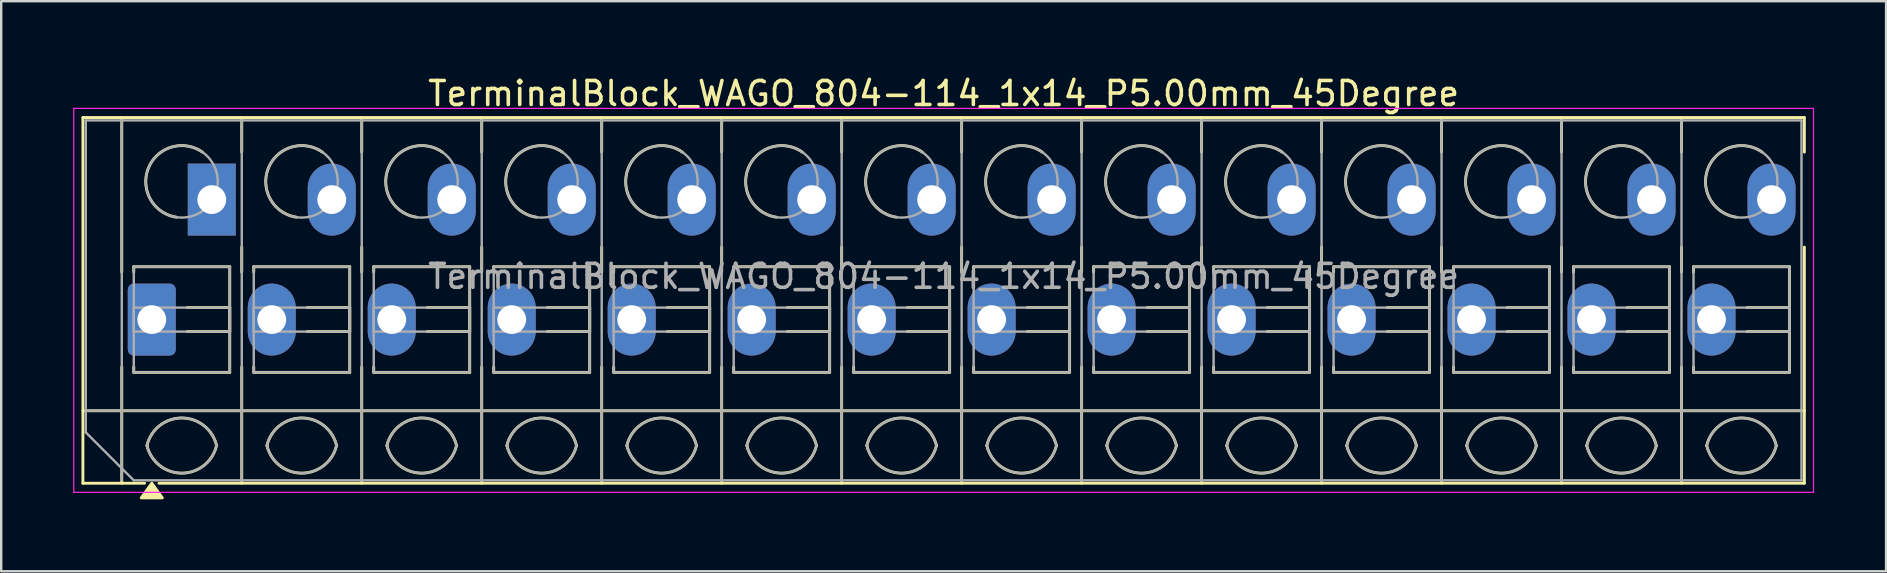
<source format=kicad_pcb>
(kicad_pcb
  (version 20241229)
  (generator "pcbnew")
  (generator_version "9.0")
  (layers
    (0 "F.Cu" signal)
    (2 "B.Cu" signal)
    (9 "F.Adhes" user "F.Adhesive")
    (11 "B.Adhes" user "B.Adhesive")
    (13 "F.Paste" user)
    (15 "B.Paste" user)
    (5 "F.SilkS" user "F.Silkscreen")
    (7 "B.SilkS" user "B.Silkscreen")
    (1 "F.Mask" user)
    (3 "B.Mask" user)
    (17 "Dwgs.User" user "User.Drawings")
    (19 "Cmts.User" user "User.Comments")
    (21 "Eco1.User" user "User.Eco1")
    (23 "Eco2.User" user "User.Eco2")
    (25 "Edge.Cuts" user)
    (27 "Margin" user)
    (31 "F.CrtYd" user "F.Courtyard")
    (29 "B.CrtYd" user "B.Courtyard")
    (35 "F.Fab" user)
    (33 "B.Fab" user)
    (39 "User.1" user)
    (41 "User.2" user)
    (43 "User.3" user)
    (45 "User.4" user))
  (footprint "TerminalBlock_WAGO_804-114_1x14_P5.00mm_45Degree"
    (layer "F.Cu")
    (at 3.275 10.268)
    (property "Reference" "TerminalBlock_WAGO_804-114_1x14_P5.00mm_45Degree" (at 33 -9.42 0) (layer "F.SilkS") (effects (font (size 1 1) (thickness 0.15))))
    (attr through_hole)
    (fp_line (start -2.87 -8.42) (end -2.87 6.82) (stroke (width 0.12) (type solid)) (layer "F.SilkS"))
    (fp_line (start -2.87 -8.42) (end 68.87 -8.42) (stroke (width 0.12) (type solid)) (layer "F.SilkS"))
    (fp_line (start -2.87 3.8) (end 68.87 3.8) (stroke (width 0.12) (type solid)) (layer "F.SilkS"))
    (fp_line (start -2.87 6.82) (end -0.3 6.82) (stroke (width 0.12) (type solid)) (layer "F.SilkS"))
    (fp_line (start -1.25 -8.42) (end -1.25 -1.98) (stroke (width 0.12) (type solid)) (layer "F.SilkS"))
    (fp_line (start -1.25 1.98) (end -1.25 6.82) (stroke (width 0.12) (type solid)) (layer "F.SilkS"))
    (fp_line (start -0.75 -2.2) (end -0.75 -1.98) (stroke (width 0.12) (type solid)) (layer "F.SilkS"))
    (fp_line (start -0.75 -2.2) (end 3.25 -2.2) (stroke (width 0.12) (type solid)) (layer "F.SilkS"))
    (fp_line (start -0.75 1.98) (end -0.75 2.2) (stroke (width 0.12) (type solid)) (layer "F.SilkS"))
    (fp_line (start -0.75 2.2) (end 3.25 2.2) (stroke (width 0.12) (type solid)) (layer "F.SilkS"))
    (fp_line (start 0.3 6.82) (end 68.87 6.82) (stroke (width 0.12) (type solid)) (layer "F.SilkS"))
    (fp_line (start 1.48 -0.5) (end 3.25 -0.5) (stroke (width 0.12) (type solid)) (layer "F.SilkS"))
    (fp_line (start 1.48 0.5) (end 3.25 0.5) (stroke (width 0.12) (type solid)) (layer "F.SilkS"))
    (fp_line (start 3.25 -2.2) (end 3.25 2.2) (stroke (width 0.12) (type solid)) (layer "F.SilkS"))
    (fp_line (start 3.25 -0.5) (end 3.25 0.5) (stroke (width 0.12) (type solid)) (layer "F.SilkS"))
    (fp_line (start 3.75 -8.42) (end 3.75 -6.98) (stroke (width 0.12) (type solid)) (layer "F.SilkS"))
    (fp_line (start 3.75 -3.02) (end 3.75 -1.98) (stroke (width 0.12) (type solid)) (layer "F.SilkS"))
    (fp_line (start 3.75 1.98) (end 3.75 6.82) (stroke (width 0.12) (type solid)) (layer "F.SilkS"))
    (fp_line (start 4.25 -2.2) (end 4.25 -1.98) (stroke (width 0.12) (type solid)) (layer "F.SilkS"))
    (fp_line (start 4.25 -2.2) (end 8.25 -2.2) (stroke (width 0.12) (type solid)) (layer "F.SilkS"))
    (fp_line (start 4.25 1.98) (end 4.25 2.2) (stroke (width 0.12) (type solid)) (layer "F.SilkS"))
    (fp_line (start 4.25 2.2) (end 8.25 2.2) (stroke (width 0.12) (type solid)) (layer "F.SilkS"))
    (fp_line (start 6.48 -0.5) (end 8.25 -0.5) (stroke (width 0.12) (type solid)) (layer "F.SilkS"))
    (fp_line (start 6.48 0.5) (end 8.25 0.5) (stroke (width 0.12) (type solid)) (layer "F.SilkS"))
    (fp_line (start 8.25 -2.2) (end 8.25 2.2) (stroke (width 0.12) (type solid)) (layer "F.SilkS"))
    (fp_line (start 8.25 -0.5) (end 8.25 0.5) (stroke (width 0.12) (type solid)) (layer "F.SilkS"))
    (fp_line (start 8.75 -8.42) (end 8.75 -6.98) (stroke (width 0.12) (type solid)) (layer "F.SilkS"))
    (fp_line (start 8.75 -3.02) (end 8.75 -1.98) (stroke (width 0.12) (type solid)) (layer "F.SilkS"))
    (fp_line (start 8.75 1.98) (end 8.75 6.82) (stroke (width 0.12) (type solid)) (layer "F.SilkS"))
    (fp_line (start 9.25 -2.2) (end 9.25 -1.98) (stroke (width 0.12) (type solid)) (layer "F.SilkS"))
    (fp_line (start 9.25 -2.2) (end 13.25 -2.2) (stroke (width 0.12) (type solid)) (layer "F.SilkS"))
    (fp_line (start 9.25 1.98) (end 9.25 2.2) (stroke (width 0.12) (type solid)) (layer "F.SilkS"))
    (fp_line (start 9.25 2.2) (end 13.25 2.2) (stroke (width 0.12) (type solid)) (layer "F.SilkS"))
    (fp_line (start 11.48 -0.5) (end 13.25 -0.5) (stroke (width 0.12) (type solid)) (layer "F.SilkS"))
    (fp_line (start 11.48 0.5) (end 13.25 0.5) (stroke (width 0.12) (type solid)) (layer "F.SilkS"))
    (fp_line (start 13.25 -2.2) (end 13.25 2.2) (stroke (width 0.12) (type solid)) (layer "F.SilkS"))
    (fp_line (start 13.25 -0.5) (end 13.25 0.5) (stroke (width 0.12) (type solid)) (layer "F.SilkS"))
    (fp_line (start 13.75 -8.42) (end 13.75 -6.98) (stroke (width 0.12) (type solid)) (layer "F.SilkS"))
    (fp_line (start 13.75 -3.02) (end 13.75 -1.98) (stroke (width 0.12) (type solid)) (layer "F.SilkS"))
    (fp_line (start 13.75 1.98) (end 13.75 6.82) (stroke (width 0.12) (type solid)) (layer "F.SilkS"))
    (fp_line (start 14.25 -2.2) (end 14.25 -1.98) (stroke (width 0.12) (type solid)) (layer "F.SilkS"))
    (fp_line (start 14.25 -2.2) (end 18.25 -2.2) (stroke (width 0.12) (type solid)) (layer "F.SilkS"))
    (fp_line (start 14.25 1.98) (end 14.25 2.2) (stroke (width 0.12) (type solid)) (layer "F.SilkS"))
    (fp_line (start 14.25 2.2) (end 18.25 2.2) (stroke (width 0.12) (type solid)) (layer "F.SilkS"))
    (fp_line (start 16.48 -0.5) (end 18.25 -0.5) (stroke (width 0.12) (type solid)) (layer "F.SilkS"))
    (fp_line (start 16.48 0.5) (end 18.25 0.5) (stroke (width 0.12) (type solid)) (layer "F.SilkS"))
    (fp_line (start 18.25 -2.2) (end 18.25 2.2) (stroke (width 0.12) (type solid)) (layer "F.SilkS"))
    (fp_line (start 18.25 -0.5) (end 18.25 0.5) (stroke (width 0.12) (type solid)) (layer "F.SilkS"))
    (fp_line (start 18.75 -8.42) (end 18.75 -6.98) (stroke (width 0.12) (type solid)) (layer "F.SilkS"))
    (fp_line (start 18.75 -3.02) (end 18.75 -1.98) (stroke (width 0.12) (type solid)) (layer "F.SilkS"))
    (fp_line (start 18.75 1.98) (end 18.75 6.82) (stroke (width 0.12) (type solid)) (layer "F.SilkS"))
    (fp_line (start 19.25 -2.2) (end 19.25 -1.98) (stroke (width 0.12) (type solid)) (layer "F.SilkS"))
    (fp_line (start 19.25 -2.2) (end 23.25 -2.2) (stroke (width 0.12) (type solid)) (layer "F.SilkS"))
    (fp_line (start 19.25 1.98) (end 19.25 2.2) (stroke (width 0.12) (type solid)) (layer "F.SilkS"))
    (fp_line (start 19.25 2.2) (end 23.25 2.2) (stroke (width 0.12) (type solid)) (layer "F.SilkS"))
    (fp_line (start 21.48 -0.5) (end 23.25 -0.5) (stroke (width 0.12) (type solid)) (layer "F.SilkS"))
    (fp_line (start 21.48 0.5) (end 23.25 0.5) (stroke (width 0.12) (type solid)) (layer "F.SilkS"))
    (fp_line (start 23.25 -2.2) (end 23.25 2.2) (stroke (width 0.12) (type solid)) (layer "F.SilkS"))
    (fp_line (start 23.25 -0.5) (end 23.25 0.5) (stroke (width 0.12) (type solid)) (layer "F.SilkS"))
    (fp_line (start 23.75 -8.42) (end 23.75 -6.98) (stroke (width 0.12) (type solid)) (layer "F.SilkS"))
    (fp_line (start 23.75 -3.02) (end 23.75 -1.98) (stroke (width 0.12) (type solid)) (layer "F.SilkS"))
    (fp_line (start 23.75 1.98) (end 23.75 6.82) (stroke (width 0.12) (type solid)) (layer "F.SilkS"))
    (fp_line (start 24.25 -2.2) (end 24.25 -1.98) (stroke (width 0.12) (type solid)) (layer "F.SilkS"))
    (fp_line (start 24.25 -2.2) (end 28.25 -2.2) (stroke (width 0.12) (type solid)) (layer "F.SilkS"))
    (fp_line (start 24.25 1.98) (end 24.25 2.2) (stroke (width 0.12) (type solid)) (layer "F.SilkS"))
    (fp_line (start 24.25 2.2) (end 28.25 2.2) (stroke (width 0.12) (type solid)) (layer "F.SilkS"))
    (fp_line (start 26.48 -0.5) (end 28.25 -0.5) (stroke (width 0.12) (type solid)) (layer "F.SilkS"))
    (fp_line (start 26.48 0.5) (end 28.25 0.5) (stroke (width 0.12) (type solid)) (layer "F.SilkS"))
    (fp_line (start 28.25 -2.2) (end 28.25 2.2) (stroke (width 0.12) (type solid)) (layer "F.SilkS"))
    (fp_line (start 28.25 -0.5) (end 28.25 0.5) (stroke (width 0.12) (type solid)) (layer "F.SilkS"))
    (fp_line (start 28.75 -8.42) (end 28.75 -6.98) (stroke (width 0.12) (type solid)) (layer "F.SilkS"))
    (fp_line (start 28.75 -3.02) (end 28.75 -1.98) (stroke (width 0.12) (type solid)) (layer "F.SilkS"))
    (fp_line (start 28.75 1.98) (end 28.75 6.82) (stroke (width 0.12) (type solid)) (layer "F.SilkS"))
    (fp_line (start 29.25 -2.2) (end 29.25 -1.98) (stroke (width 0.12) (type solid)) (layer "F.SilkS"))
    (fp_line (start 29.25 -2.2) (end 33.25 -2.2) (stroke (width 0.12) (type solid)) (layer "F.SilkS"))
    (fp_line (start 29.25 1.98) (end 29.25 2.2) (stroke (width 0.12) (type solid)) (layer "F.SilkS"))
    (fp_line (start 29.25 2.2) (end 33.25 2.2) (stroke (width 0.12) (type solid)) (layer "F.SilkS"))
    (fp_line (start 31.48 -0.5) (end 33.25 -0.5) (stroke (width 0.12) (type solid)) (layer "F.SilkS"))
    (fp_line (start 31.48 0.5) (end 33.25 0.5) (stroke (width 0.12) (type solid)) (layer "F.SilkS"))
    (fp_line (start 33.25 -2.2) (end 33.25 2.2) (stroke (width 0.12) (type solid)) (layer "F.SilkS"))
    (fp_line (start 33.25 -0.5) (end 33.25 0.5) (stroke (width 0.12) (type solid)) (layer "F.SilkS"))
    (fp_line (start 33.75 -8.42) (end 33.75 -6.98) (stroke (width 0.12) (type solid)) (layer "F.SilkS"))
    (fp_line (start 33.75 -3.02) (end 33.75 -1.98) (stroke (width 0.12) (type solid)) (layer "F.SilkS"))
    (fp_line (start 33.75 1.98) (end 33.75 6.82) (stroke (width 0.12) (type solid)) (layer "F.SilkS"))
    (fp_line (start 34.25 -2.2) (end 34.25 -1.98) (stroke (width 0.12) (type solid)) (layer "F.SilkS"))
    (fp_line (start 34.25 -2.2) (end 38.25 -2.2) (stroke (width 0.12) (type solid)) (layer "F.SilkS"))
    (fp_line (start 34.25 1.98) (end 34.25 2.2) (stroke (width 0.12) (type solid)) (layer "F.SilkS"))
    (fp_line (start 34.25 2.2) (end 38.25 2.2) (stroke (width 0.12) (type solid)) (layer "F.SilkS"))
    (fp_line (start 36.48 -0.5) (end 38.25 -0.5) (stroke (width 0.12) (type solid)) (layer "F.SilkS"))
    (fp_line (start 36.48 0.5) (end 38.25 0.5) (stroke (width 0.12) (type solid)) (layer "F.SilkS"))
    (fp_line (start 38.25 -2.2) (end 38.25 2.2) (stroke (width 0.12) (type solid)) (layer "F.SilkS"))
    (fp_line (start 38.25 -0.5) (end 38.25 0.5) (stroke (width 0.12) (type solid)) (layer "F.SilkS"))
    (fp_line (start 38.75 -8.42) (end 38.75 -6.98) (stroke (width 0.12) (type solid)) (layer "F.SilkS"))
    (fp_line (start 38.75 -3.02) (end 38.75 -1.98) (stroke (width 0.12) (type solid)) (layer "F.SilkS"))
    (fp_line (start 38.75 1.98) (end 38.75 6.82) (stroke (width 0.12) (type solid)) (layer "F.SilkS"))
    (fp_line (start 39.25 -2.2) (end 39.25 -1.98) (stroke (width 0.12) (type solid)) (layer "F.SilkS"))
    (fp_line (start 39.25 -2.2) (end 43.25 -2.2) (stroke (width 0.12) (type solid)) (layer "F.SilkS"))
    (fp_line (start 39.25 1.98) (end 39.25 2.2) (stroke (width 0.12) (type solid)) (layer "F.SilkS"))
    (fp_line (start 39.25 2.2) (end 43.25 2.2) (stroke (width 0.12) (type solid)) (layer "F.SilkS"))
    (fp_line (start 41.48 -0.5) (end 43.25 -0.5) (stroke (width 0.12) (type solid)) (layer "F.SilkS"))
    (fp_line (start 41.48 0.5) (end 43.25 0.5) (stroke (width 0.12) (type solid)) (layer "F.SilkS"))
    (fp_line (start 43.25 -2.2) (end 43.25 2.2) (stroke (width 0.12) (type solid)) (layer "F.SilkS"))
    (fp_line (start 43.25 -0.5) (end 43.25 0.5) (stroke (width 0.12) (type solid)) (layer "F.SilkS"))
    (fp_line (start 43.75 -8.42) (end 43.75 -6.98) (stroke (width 0.12) (type solid)) (layer "F.SilkS"))
    (fp_line (start 43.75 -3.02) (end 43.75 -1.98) (stroke (width 0.12) (type solid)) (layer "F.SilkS"))
    (fp_line (start 43.75 1.98) (end 43.75 6.82) (stroke (width 0.12) (type solid)) (layer "F.SilkS"))
    (fp_line (start 44.25 -2.2) (end 44.25 -1.98) (stroke (width 0.12) (type solid)) (layer "F.SilkS"))
    (fp_line (start 44.25 -2.2) (end 48.25 -2.2) (stroke (width 0.12) (type solid)) (layer "F.SilkS"))
    (fp_line (start 44.25 1.98) (end 44.25 2.2) (stroke (width 0.12) (type solid)) (layer "F.SilkS"))
    (fp_line (start 44.25 2.2) (end 48.25 2.2) (stroke (width 0.12) (type solid)) (layer "F.SilkS"))
    (fp_line (start 46.48 -0.5) (end 48.25 -0.5) (stroke (width 0.12) (type solid)) (layer "F.SilkS"))
    (fp_line (start 46.48 0.5) (end 48.25 0.5) (stroke (width 0.12) (type solid)) (layer "F.SilkS"))
    (fp_line (start 48.25 -2.2) (end 48.25 2.2) (stroke (width 0.12) (type solid)) (layer "F.SilkS"))
    (fp_line (start 48.25 -0.5) (end 48.25 0.5) (stroke (width 0.12) (type solid)) (layer "F.SilkS"))
    (fp_line (start 48.75 -8.42) (end 48.75 -6.98) (stroke (width 0.12) (type solid)) (layer "F.SilkS"))
    (fp_line (start 48.75 -3.02) (end 48.75 -1.98) (stroke (width 0.12) (type solid)) (layer "F.SilkS"))
    (fp_line (start 48.75 1.98) (end 48.75 6.82) (stroke (width 0.12) (type solid)) (layer "F.SilkS"))
    (fp_line (start 49.25 -2.2) (end 49.25 -1.98) (stroke (width 0.12) (type solid)) (layer "F.SilkS"))
    (fp_line (start 49.25 -2.2) (end 53.25 -2.2) (stroke (width 0.12) (type solid)) (layer "F.SilkS"))
    (fp_line (start 49.25 1.98) (end 49.25 2.2) (stroke (width 0.12) (type solid)) (layer "F.SilkS"))
    (fp_line (start 49.25 2.2) (end 53.25 2.2) (stroke (width 0.12) (type solid)) (layer "F.SilkS"))
    (fp_line (start 51.48 -0.5) (end 53.25 -0.5) (stroke (width 0.12) (type solid)) (layer "F.SilkS"))
    (fp_line (start 51.48 0.5) (end 53.25 0.5) (stroke (width 0.12) (type solid)) (layer "F.SilkS"))
    (fp_line (start 53.25 -2.2) (end 53.25 2.2) (stroke (width 0.12) (type solid)) (layer "F.SilkS"))
    (fp_line (start 53.25 -0.5) (end 53.25 0.5) (stroke (width 0.12) (type solid)) (layer "F.SilkS"))
    (fp_line (start 53.75 -8.42) (end 53.75 -6.98) (stroke (width 0.12) (type solid)) (layer "F.SilkS"))
    (fp_line (start 53.75 -3.02) (end 53.75 -1.98) (stroke (width 0.12) (type solid)) (layer "F.SilkS"))
    (fp_line (start 53.75 1.98) (end 53.75 6.82) (stroke (width 0.12) (type solid)) (layer "F.SilkS"))
    (fp_line (start 54.25 -2.2) (end 54.25 -1.98) (stroke (width 0.12) (type solid)) (layer "F.SilkS"))
    (fp_line (start 54.25 -2.2) (end 58.25 -2.2) (stroke (width 0.12) (type solid)) (layer "F.SilkS"))
    (fp_line (start 54.25 1.98) (end 54.25 2.2) (stroke (width 0.12) (type solid)) (layer "F.SilkS"))
    (fp_line (start 54.25 2.2) (end 58.25 2.2) (stroke (width 0.12) (type solid)) (layer "F.SilkS"))
    (fp_line (start 56.48 -0.5) (end 58.25 -0.5) (stroke (width 0.12) (type solid)) (layer "F.SilkS"))
    (fp_line (start 56.48 0.5) (end 58.25 0.5) (stroke (width 0.12) (type solid)) (layer "F.SilkS"))
    (fp_line (start 58.25 -2.2) (end 58.25 2.2) (stroke (width 0.12) (type solid)) (layer "F.SilkS"))
    (fp_line (start 58.25 -0.5) (end 58.25 0.5) (stroke (width 0.12) (type solid)) (layer "F.SilkS"))
    (fp_line (start 58.75 -8.42) (end 58.75 -6.98) (stroke (width 0.12) (type solid)) (layer "F.SilkS"))
    (fp_line (start 58.75 -3.02) (end 58.75 -1.98) (stroke (width 0.12) (type solid)) (layer "F.SilkS"))
    (fp_line (start 58.75 1.98) (end 58.75 6.82) (stroke (width 0.12) (type solid)) (layer "F.SilkS"))
    (fp_line (start 59.25 -2.2) (end 59.25 -1.98) (stroke (width 0.12) (type solid)) (layer "F.SilkS"))
    (fp_line (start 59.25 -2.2) (end 63.25 -2.2) (stroke (width 0.12) (type solid)) (layer "F.SilkS"))
    (fp_line (start 59.25 1.98) (end 59.25 2.2) (stroke (width 0.12) (type solid)) (layer "F.SilkS"))
    (fp_line (start 59.25 2.2) (end 63.25 2.2) (stroke (width 0.12) (type solid)) (layer "F.SilkS"))
    (fp_line (start 61.48 -0.5) (end 63.25 -0.5) (stroke (width 0.12) (type solid)) (layer "F.SilkS"))
    (fp_line (start 61.48 0.5) (end 63.25 0.5) (stroke (width 0.12) (type solid)) (layer "F.SilkS"))
    (fp_line (start 63.25 -2.2) (end 63.25 2.2) (stroke (width 0.12) (type solid)) (layer "F.SilkS"))
    (fp_line (start 63.25 -0.5) (end 63.25 0.5) (stroke (width 0.12) (type solid)) (layer "F.SilkS"))
    (fp_line (start 63.75 -8.42) (end 63.75 -6.98) (stroke (width 0.12) (type solid)) (layer "F.SilkS"))
    (fp_line (start 63.75 -3.02) (end 63.75 -1.98) (stroke (width 0.12) (type solid)) (layer "F.SilkS"))
    (fp_line (start 63.75 1.98) (end 63.75 6.82) (stroke (width 0.12) (type solid)) (layer "F.SilkS"))
    (fp_line (start 64.25 -2.2) (end 64.25 -1.98) (stroke (width 0.12) (type solid)) (layer "F.SilkS"))
    (fp_line (start 64.25 -2.2) (end 68.25 -2.2) (stroke (width 0.12) (type solid)) (layer "F.SilkS"))
    (fp_line (start 64.25 1.98) (end 64.25 2.2) (stroke (width 0.12) (type solid)) (layer "F.SilkS"))
    (fp_line (start 64.25 2.2) (end 68.25 2.2) (stroke (width 0.12) (type solid)) (layer "F.SilkS"))
    (fp_line (start 66.48 -0.5) (end 68.25 -0.5) (stroke (width 0.12) (type solid)) (layer "F.SilkS"))
    (fp_line (start 66.48 0.5) (end 68.25 0.5) (stroke (width 0.12) (type solid)) (layer "F.SilkS"))
    (fp_line (start 68.25 -2.2) (end 68.25 2.2) (stroke (width 0.12) (type solid)) (layer "F.SilkS"))
    (fp_line (start 68.25 -0.5) (end 68.25 0.5) (stroke (width 0.12) (type solid)) (layer "F.SilkS"))
    (fp_line (start 68.87 -8.42) (end 68.87 -6.98) (stroke (width 0.12) (type solid)) (layer "F.SilkS"))
    (fp_line (start 68.87 -3.02) (end 68.87 6.82) (stroke (width 0.12) (type solid)) (layer "F.SilkS"))
    (fp_arc (start -0.2 5.25) (mid 1.25 4.1) (end 2.7 5.25) (stroke (width 0.12) (type solid)) (layer "F.SilkS"))
    (fp_arc (start 1.02 -4.268) (mid -0.141916 -6.309209) (end 2.109 -6.98) (stroke (width 0.12) (type solid)) (layer "F.SilkS"))
    (fp_arc (start 2.7 5.25) (mid 1.25 6.4) (end -0.2 5.25) (stroke (width 0.12) (type solid)) (layer "F.SilkS"))
    (fp_arc (start 4.8 5.25) (mid 6.25 4.1) (end 7.7 5.25) (stroke (width 0.12) (type solid)) (layer "F.SilkS"))
    (fp_arc (start 6.02 -4.268) (mid 4.858084 -6.309209) (end 7.109 -6.98) (stroke (width 0.12) (type solid)) (layer "F.SilkS"))
    (fp_arc (start 7.7 5.25) (mid 6.25 6.4) (end 4.8 5.25) (stroke (width 0.12) (type solid)) (layer "F.SilkS"))
    (fp_arc (start 9.8 5.25) (mid 11.25 4.1) (end 12.7 5.25) (stroke (width 0.12) (type solid)) (layer "F.SilkS"))
    (fp_arc (start 11.02 -4.268) (mid 9.858084 -6.309209) (end 12.109 -6.98) (stroke (width 0.12) (type solid)) (layer "F.SilkS"))
    (fp_arc (start 12.7 5.25) (mid 11.25 6.4) (end 9.8 5.25) (stroke (width 0.12) (type solid)) (layer "F.SilkS"))
    (fp_arc (start 14.8 5.25) (mid 16.25 4.1) (end 17.7 5.25) (stroke (width 0.12) (type solid)) (layer "F.SilkS"))
    (fp_arc (start 16.02 -4.268) (mid 14.858084 -6.309209) (end 17.109 -6.98) (stroke (width 0.12) (type solid)) (layer "F.SilkS"))
    (fp_arc (start 17.7 5.25) (mid 16.25 6.4) (end 14.8 5.25) (stroke (width 0.12) (type solid)) (layer "F.SilkS"))
    (fp_arc (start 19.8 5.25) (mid 21.25 4.1) (end 22.7 5.25) (stroke (width 0.12) (type solid)) (layer "F.SilkS"))
    (fp_arc (start 21.02 -4.268) (mid 19.858084 -6.309209) (end 22.109 -6.98) (stroke (width 0.12) (type solid)) (layer "F.SilkS"))
    (fp_arc (start 22.7 5.25) (mid 21.25 6.4) (end 19.8 5.25) (stroke (width 0.12) (type solid)) (layer "F.SilkS"))
    (fp_arc (start 24.8 5.25) (mid 26.25 4.1) (end 27.7 5.25) (stroke (width 0.12) (type solid)) (layer "F.SilkS"))
    (fp_arc (start 26.02 -4.268) (mid 24.858084 -6.309209) (end 27.109 -6.98) (stroke (width 0.12) (type solid)) (layer "F.SilkS"))
    (fp_arc (start 27.7 5.25) (mid 26.25 6.4) (end 24.8 5.25) (stroke (width 0.12) (type solid)) (layer "F.SilkS"))
    (fp_arc (start 29.8 5.25) (mid 31.25 4.1) (end 32.7 5.25) (stroke (width 0.12) (type solid)) (layer "F.SilkS"))
    (fp_arc (start 31.02 -4.268) (mid 29.858084 -6.309209) (end 32.109 -6.98) (stroke (width 0.12) (type solid)) (layer "F.SilkS"))
    (fp_arc (start 32.7 5.25) (mid 31.25 6.4) (end 29.8 5.25) (stroke (width 0.12) (type solid)) (layer "F.SilkS"))
    (fp_arc (start 34.8 5.25) (mid 36.25 4.1) (end 37.7 5.25) (stroke (width 0.12) (type solid)) (layer "F.SilkS"))
    (fp_arc (start 36.02 -4.268) (mid 34.858084 -6.309209) (end 37.109 -6.98) (stroke (width 0.12) (type solid)) (layer "F.SilkS"))
    (fp_arc (start 37.7 5.25) (mid 36.25 6.4) (end 34.8 5.25) (stroke (width 0.12) (type solid)) (layer "F.SilkS"))
    (fp_arc (start 39.8 5.25) (mid 41.25 4.1) (end 42.7 5.25) (stroke (width 0.12) (type solid)) (layer "F.SilkS"))
    (fp_arc (start 41.02 -4.268) (mid 39.858084 -6.309209) (end 42.109 -6.98) (stroke (width 0.12) (type solid)) (layer "F.SilkS"))
    (fp_arc (start 42.7 5.25) (mid 41.25 6.4) (end 39.8 5.25) (stroke (width 0.12) (type solid)) (layer "F.SilkS"))
    (fp_arc (start 44.8 5.25) (mid 46.25 4.1) (end 47.7 5.25) (stroke (width 0.12) (type solid)) (layer "F.SilkS"))
    (fp_arc (start 46.02 -4.268) (mid 44.858084 -6.309209) (end 47.109 -6.98) (stroke (width 0.12) (type solid)) (layer "F.SilkS"))
    (fp_arc (start 47.7 5.25) (mid 46.25 6.4) (end 44.8 5.25) (stroke (width 0.12) (type solid)) (layer "F.SilkS"))
    (fp_arc (start 49.8 5.25) (mid 51.25 4.1) (end 52.7 5.25) (stroke (width 0.12) (type solid)) (layer "F.SilkS"))
    (fp_arc (start 51.02 -4.268) (mid 49.858084 -6.309209) (end 52.109 -6.98) (stroke (width 0.12) (type solid)) (layer "F.SilkS"))
    (fp_arc (start 52.7 5.25) (mid 51.25 6.4) (end 49.8 5.25) (stroke (width 0.12) (type solid)) (layer "F.SilkS"))
    (fp_arc (start 54.8 5.25) (mid 56.25 4.1) (end 57.7 5.25) (stroke (width 0.12) (type solid)) (layer "F.SilkS"))
    (fp_arc (start 56.02 -4.268) (mid 54.858084 -6.309209) (end 57.109 -6.98) (stroke (width 0.12) (type solid)) (layer "F.SilkS"))
    (fp_arc (start 57.7 5.25) (mid 56.25 6.4) (end 54.8 5.25) (stroke (width 0.12) (type solid)) (layer "F.SilkS"))
    (fp_arc (start 59.8 5.25) (mid 61.25 4.1) (end 62.7 5.25) (stroke (width 0.12) (type solid)) (layer "F.SilkS"))
    (fp_arc (start 61.02 -4.268) (mid 59.858084 -6.309209) (end 62.109 -6.98) (stroke (width 0.12) (type solid)) (layer "F.SilkS"))
    (fp_arc (start 62.7 5.25) (mid 61.25 6.4) (end 59.8 5.25) (stroke (width 0.12) (type solid)) (layer "F.SilkS"))
    (fp_arc (start 64.8 5.25) (mid 66.25 4.1) (end 67.7 5.25) (stroke (width 0.12) (type solid)) (layer "F.SilkS"))
    (fp_arc (start 66.02 -4.268) (mid 64.858084 -6.309209) (end 67.109 -6.98) (stroke (width 0.12) (type solid)) (layer "F.SilkS"))
    (fp_arc (start 67.7 5.25) (mid 66.25 6.4) (end 64.8 5.25) (stroke (width 0.12) (type solid)) (layer "F.SilkS"))
    (fp_poly (pts (xy 0 6.82) (xy 0.44 7.43) (xy -0.44 7.43)) (stroke (width 0.12) (type solid)) (fill yes) (layer "F.SilkS"))
    (fp_line (start -3.25 -8.8) (end -3.25 7.2) (stroke (width 0.05) (type solid)) (layer "F.CrtYd"))
    (fp_line (start -3.25 7.2) (end 69.25 7.2) (stroke (width 0.05) (type solid)) (layer "F.CrtYd"))
    (fp_line (start 69.25 -8.8) (end -3.25 -8.8) (stroke (width 0.05) (type solid)) (layer "F.CrtYd"))
    (fp_line (start 69.25 7.2) (end 69.25 -8.8) (stroke (width 0.05) (type solid)) (layer "F.CrtYd"))
    (fp_line (start -2.75 -8.3) (end 68.75 -8.3) (stroke (width 0.1) (type solid)) (layer "F.Fab"))
    (fp_line (start -2.75 3.8) (end 68.75 3.8) (stroke (width 0.1) (type solid)) (layer "F.Fab"))
    (fp_line (start -2.75 4.7) (end -2.75 -8.3) (stroke (width 0.1) (type solid)) (layer "F.Fab"))
    (fp_line (start -1.25 -8.3) (end -1.25 6.7) (stroke (width 0.1) (type solid)) (layer "F.Fab"))
    (fp_line (start -0.75 -2.2) (end -0.75 2.2) (stroke (width 0.1) (type solid)) (layer "F.Fab"))
    (fp_line (start -0.75 -0.5) (end -0.75 0.5) (stroke (width 0.1) (type solid)) (layer "F.Fab"))
    (fp_line (start -0.75 0.5) (end 3.25 0.5) (stroke (width 0.1) (type solid)) (layer "F.Fab"))
    (fp_line (start -0.75 2.2) (end 3.25 2.2) (stroke (width 0.1) (type solid)) (layer "F.Fab"))
    (fp_line (start -0.75 6.7) (end -2.75 4.7) (stroke (width 0.1) (type solid)) (layer "F.Fab"))
    (fp_line (start 3.25 -2.2) (end -0.75 -2.2) (stroke (width 0.1) (type solid)) (layer "F.Fab"))
    (fp_line (start 3.25 -0.5) (end -0.75 -0.5) (stroke (width 0.1) (type solid)) (layer "F.Fab"))
    (fp_line (start 3.25 0.5) (end 3.25 -0.5) (stroke (width 0.1) (type solid)) (layer "F.Fab"))
    (fp_line (start 3.25 2.2) (end 3.25 -2.2) (stroke (width 0.1) (type solid)) (layer "F.Fab"))
    (fp_line (start 3.75 -8.3) (end 3.75 6.7) (stroke (width 0.1) (type solid)) (layer "F.Fab"))
    (fp_line (start 4.25 -2.2) (end 4.25 2.2) (stroke (width 0.1) (type solid)) (layer "F.Fab"))
    (fp_line (start 4.25 -0.5) (end 4.25 0.5) (stroke (width 0.1) (type solid)) (layer "F.Fab"))
    (fp_line (start 4.25 0.5) (end 8.25 0.5) (stroke (width 0.1) (type solid)) (layer "F.Fab"))
    (fp_line (start 4.25 2.2) (end 8.25 2.2) (stroke (width 0.1) (type solid)) (layer "F.Fab"))
    (fp_line (start 8.25 -2.2) (end 4.25 -2.2) (stroke (width 0.1) (type solid)) (layer "F.Fab"))
    (fp_line (start 8.25 -0.5) (end 4.25 -0.5) (stroke (width 0.1) (type solid)) (layer "F.Fab"))
    (fp_line (start 8.25 0.5) (end 8.25 -0.5) (stroke (width 0.1) (type solid)) (layer "F.Fab"))
    (fp_line (start 8.25 2.2) (end 8.25 -2.2) (stroke (width 0.1) (type solid)) (layer "F.Fab"))
    (fp_line (start 8.75 -8.3) (end 8.75 6.7) (stroke (width 0.1) (type solid)) (layer "F.Fab"))
    (fp_line (start 9.25 -2.2) (end 9.25 2.2) (stroke (width 0.1) (type solid)) (layer "F.Fab"))
    (fp_line (start 9.25 -0.5) (end 9.25 0.5) (stroke (width 0.1) (type solid)) (layer "F.Fab"))
    (fp_line (start 9.25 0.5) (end 13.25 0.5) (stroke (width 0.1) (type solid)) (layer "F.Fab"))
    (fp_line (start 9.25 2.2) (end 13.25 2.2) (stroke (width 0.1) (type solid)) (layer "F.Fab"))
    (fp_line (start 13.25 -2.2) (end 9.25 -2.2) (stroke (width 0.1) (type solid)) (layer "F.Fab"))
    (fp_line (start 13.25 -0.5) (end 9.25 -0.5) (stroke (width 0.1) (type solid)) (layer "F.Fab"))
    (fp_line (start 13.25 0.5) (end 13.25 -0.5) (stroke (width 0.1) (type solid)) (layer "F.Fab"))
    (fp_line (start 13.25 2.2) (end 13.25 -2.2) (stroke (width 0.1) (type solid)) (layer "F.Fab"))
    (fp_line (start 13.75 -8.3) (end 13.75 6.7) (stroke (width 0.1) (type solid)) (layer "F.Fab"))
    (fp_line (start 14.25 -2.2) (end 14.25 2.2) (stroke (width 0.1) (type solid)) (layer "F.Fab"))
    (fp_line (start 14.25 -0.5) (end 14.25 0.5) (stroke (width 0.1) (type solid)) (layer "F.Fab"))
    (fp_line (start 14.25 0.5) (end 18.25 0.5) (stroke (width 0.1) (type solid)) (layer "F.Fab"))
    (fp_line (start 14.25 2.2) (end 18.25 2.2) (stroke (width 0.1) (type solid)) (layer "F.Fab"))
    (fp_line (start 18.25 -2.2) (end 14.25 -2.2) (stroke (width 0.1) (type solid)) (layer "F.Fab"))
    (fp_line (start 18.25 -0.5) (end 14.25 -0.5) (stroke (width 0.1) (type solid)) (layer "F.Fab"))
    (fp_line (start 18.25 0.5) (end 18.25 -0.5) (stroke (width 0.1) (type solid)) (layer "F.Fab"))
    (fp_line (start 18.25 2.2) (end 18.25 -2.2) (stroke (width 0.1) (type solid)) (layer "F.Fab"))
    (fp_line (start 18.75 -8.3) (end 18.75 6.7) (stroke (width 0.1) (type solid)) (layer "F.Fab"))
    (fp_line (start 19.25 -2.2) (end 19.25 2.2) (stroke (width 0.1) (type solid)) (layer "F.Fab"))
    (fp_line (start 19.25 -0.5) (end 19.25 0.5) (stroke (width 0.1) (type solid)) (layer "F.Fab"))
    (fp_line (start 19.25 0.5) (end 23.25 0.5) (stroke (width 0.1) (type solid)) (layer "F.Fab"))
    (fp_line (start 19.25 2.2) (end 23.25 2.2) (stroke (width 0.1) (type solid)) (layer "F.Fab"))
    (fp_line (start 23.25 -2.2) (end 19.25 -2.2) (stroke (width 0.1) (type solid)) (layer "F.Fab"))
    (fp_line (start 23.25 -0.5) (end 19.25 -0.5) (stroke (width 0.1) (type solid)) (layer "F.Fab"))
    (fp_line (start 23.25 0.5) (end 23.25 -0.5) (stroke (width 0.1) (type solid)) (layer "F.Fab"))
    (fp_line (start 23.25 2.2) (end 23.25 -2.2) (stroke (width 0.1) (type solid)) (layer "F.Fab"))
    (fp_line (start 23.75 -8.3) (end 23.75 6.7) (stroke (width 0.1) (type solid)) (layer "F.Fab"))
    (fp_line (start 24.25 -2.2) (end 24.25 2.2) (stroke (width 0.1) (type solid)) (layer "F.Fab"))
    (fp_line (start 24.25 -0.5) (end 24.25 0.5) (stroke (width 0.1) (type solid)) (layer "F.Fab"))
    (fp_line (start 24.25 0.5) (end 28.25 0.5) (stroke (width 0.1) (type solid)) (layer "F.Fab"))
    (fp_line (start 24.25 2.2) (end 28.25 2.2) (stroke (width 0.1) (type solid)) (layer "F.Fab"))
    (fp_line (start 28.25 -2.2) (end 24.25 -2.2) (stroke (width 0.1) (type solid)) (layer "F.Fab"))
    (fp_line (start 28.25 -0.5) (end 24.25 -0.5) (stroke (width 0.1) (type solid)) (layer "F.Fab"))
    (fp_line (start 28.25 0.5) (end 28.25 -0.5) (stroke (width 0.1) (type solid)) (layer "F.Fab"))
    (fp_line (start 28.25 2.2) (end 28.25 -2.2) (stroke (width 0.1) (type solid)) (layer "F.Fab"))
    (fp_line (start 28.75 -8.3) (end 28.75 6.7) (stroke (width 0.1) (type solid)) (layer "F.Fab"))
    (fp_line (start 29.25 -2.2) (end 29.25 2.2) (stroke (width 0.1) (type solid)) (layer "F.Fab"))
    (fp_line (start 29.25 -0.5) (end 29.25 0.5) (stroke (width 0.1) (type solid)) (layer "F.Fab"))
    (fp_line (start 29.25 0.5) (end 33.25 0.5) (stroke (width 0.1) (type solid)) (layer "F.Fab"))
    (fp_line (start 29.25 2.2) (end 33.25 2.2) (stroke (width 0.1) (type solid)) (layer "F.Fab"))
    (fp_line (start 33.25 -2.2) (end 29.25 -2.2) (stroke (width 0.1) (type solid)) (layer "F.Fab"))
    (fp_line (start 33.25 -0.5) (end 29.25 -0.5) (stroke (width 0.1) (type solid)) (layer "F.Fab"))
    (fp_line (start 33.25 0.5) (end 33.25 -0.5) (stroke (width 0.1) (type solid)) (layer "F.Fab"))
    (fp_line (start 33.25 2.2) (end 33.25 -2.2) (stroke (width 0.1) (type solid)) (layer "F.Fab"))
    (fp_line (start 33.75 -8.3) (end 33.75 6.7) (stroke (width 0.1) (type solid)) (layer "F.Fab"))
    (fp_line (start 34.25 -2.2) (end 34.25 2.2) (stroke (width 0.1) (type solid)) (layer "F.Fab"))
    (fp_line (start 34.25 -0.5) (end 34.25 0.5) (stroke (width 0.1) (type solid)) (layer "F.Fab"))
    (fp_line (start 34.25 0.5) (end 38.25 0.5) (stroke (width 0.1) (type solid)) (layer "F.Fab"))
    (fp_line (start 34.25 2.2) (end 38.25 2.2) (stroke (width 0.1) (type solid)) (layer "F.Fab"))
    (fp_line (start 38.25 -2.2) (end 34.25 -2.2) (stroke (width 0.1) (type solid)) (layer "F.Fab"))
    (fp_line (start 38.25 -0.5) (end 34.25 -0.5) (stroke (width 0.1) (type solid)) (layer "F.Fab"))
    (fp_line (start 38.25 0.5) (end 38.25 -0.5) (stroke (width 0.1) (type solid)) (layer "F.Fab"))
    (fp_line (start 38.25 2.2) (end 38.25 -2.2) (stroke (width 0.1) (type solid)) (layer "F.Fab"))
    (fp_line (start 38.75 -8.3) (end 38.75 6.7) (stroke (width 0.1) (type solid)) (layer "F.Fab"))
    (fp_line (start 39.25 -2.2) (end 39.25 2.2) (stroke (width 0.1) (type solid)) (layer "F.Fab"))
    (fp_line (start 39.25 -0.5) (end 39.25 0.5) (stroke (width 0.1) (type solid)) (layer "F.Fab"))
    (fp_line (start 39.25 0.5) (end 43.25 0.5) (stroke (width 0.1) (type solid)) (layer "F.Fab"))
    (fp_line (start 39.25 2.2) (end 43.25 2.2) (stroke (width 0.1) (type solid)) (layer "F.Fab"))
    (fp_line (start 43.25 -2.2) (end 39.25 -2.2) (stroke (width 0.1) (type solid)) (layer "F.Fab"))
    (fp_line (start 43.25 -0.5) (end 39.25 -0.5) (stroke (width 0.1) (type solid)) (layer "F.Fab"))
    (fp_line (start 43.25 0.5) (end 43.25 -0.5) (stroke (width 0.1) (type solid)) (layer "F.Fab"))
    (fp_line (start 43.25 2.2) (end 43.25 -2.2) (stroke (width 0.1) (type solid)) (layer "F.Fab"))
    (fp_line (start 43.75 -8.3) (end 43.75 6.7) (stroke (width 0.1) (type solid)) (layer "F.Fab"))
    (fp_line (start 44.25 -2.2) (end 44.25 2.2) (stroke (width 0.1) (type solid)) (layer "F.Fab"))
    (fp_line (start 44.25 -0.5) (end 44.25 0.5) (stroke (width 0.1) (type solid)) (layer "F.Fab"))
    (fp_line (start 44.25 0.5) (end 48.25 0.5) (stroke (width 0.1) (type solid)) (layer "F.Fab"))
    (fp_line (start 44.25 2.2) (end 48.25 2.2) (stroke (width 0.1) (type solid)) (layer "F.Fab"))
    (fp_line (start 48.25 -2.2) (end 44.25 -2.2) (stroke (width 0.1) (type solid)) (layer "F.Fab"))
    (fp_line (start 48.25 -0.5) (end 44.25 -0.5) (stroke (width 0.1) (type solid)) (layer "F.Fab"))
    (fp_line (start 48.25 0.5) (end 48.25 -0.5) (stroke (width 0.1) (type solid)) (layer "F.Fab"))
    (fp_line (start 48.25 2.2) (end 48.25 -2.2) (stroke (width 0.1) (type solid)) (layer "F.Fab"))
    (fp_line (start 48.75 -8.3) (end 48.75 6.7) (stroke (width 0.1) (type solid)) (layer "F.Fab"))
    (fp_line (start 49.25 -2.2) (end 49.25 2.2) (stroke (width 0.1) (type solid)) (layer "F.Fab"))
    (fp_line (start 49.25 -0.5) (end 49.25 0.5) (stroke (width 0.1) (type solid)) (layer "F.Fab"))
    (fp_line (start 49.25 0.5) (end 53.25 0.5) (stroke (width 0.1) (type solid)) (layer "F.Fab"))
    (fp_line (start 49.25 2.2) (end 53.25 2.2) (stroke (width 0.1) (type solid)) (layer "F.Fab"))
    (fp_line (start 53.25 -2.2) (end 49.25 -2.2) (stroke (width 0.1) (type solid)) (layer "F.Fab"))
    (fp_line (start 53.25 -0.5) (end 49.25 -0.5) (stroke (width 0.1) (type solid)) (layer "F.Fab"))
    (fp_line (start 53.25 0.5) (end 53.25 -0.5) (stroke (width 0.1) (type solid)) (layer "F.Fab"))
    (fp_line (start 53.25 2.2) (end 53.25 -2.2) (stroke (width 0.1) (type solid)) (layer "F.Fab"))
    (fp_line (start 53.75 -8.3) (end 53.75 6.7) (stroke (width 0.1) (type solid)) (layer "F.Fab"))
    (fp_line (start 54.25 -2.2) (end 54.25 2.2) (stroke (width 0.1) (type solid)) (layer "F.Fab"))
    (fp_line (start 54.25 -0.5) (end 54.25 0.5) (stroke (width 0.1) (type solid)) (layer "F.Fab"))
    (fp_line (start 54.25 0.5) (end 58.25 0.5) (stroke (width 0.1) (type solid)) (layer "F.Fab"))
    (fp_line (start 54.25 2.2) (end 58.25 2.2) (stroke (width 0.1) (type solid)) (layer "F.Fab"))
    (fp_line (start 58.25 -2.2) (end 54.25 -2.2) (stroke (width 0.1) (type solid)) (layer "F.Fab"))
    (fp_line (start 58.25 -0.5) (end 54.25 -0.5) (stroke (width 0.1) (type solid)) (layer "F.Fab"))
    (fp_line (start 58.25 0.5) (end 58.25 -0.5) (stroke (width 0.1) (type solid)) (layer "F.Fab"))
    (fp_line (start 58.25 2.2) (end 58.25 -2.2) (stroke (width 0.1) (type solid)) (layer "F.Fab"))
    (fp_line (start 58.75 -8.3) (end 58.75 6.7) (stroke (width 0.1) (type solid)) (layer "F.Fab"))
    (fp_line (start 59.25 -2.2) (end 59.25 2.2) (stroke (width 0.1) (type solid)) (layer "F.Fab"))
    (fp_line (start 59.25 -0.5) (end 59.25 0.5) (stroke (width 0.1) (type solid)) (layer "F.Fab"))
    (fp_line (start 59.25 0.5) (end 63.25 0.5) (stroke (width 0.1) (type solid)) (layer "F.Fab"))
    (fp_line (start 59.25 2.2) (end 63.25 2.2) (stroke (width 0.1) (type solid)) (layer "F.Fab"))
    (fp_line (start 63.25 -2.2) (end 59.25 -2.2) (stroke (width 0.1) (type solid)) (layer "F.Fab"))
    (fp_line (start 63.25 -0.5) (end 59.25 -0.5) (stroke (width 0.1) (type solid)) (layer "F.Fab"))
    (fp_line (start 63.25 0.5) (end 63.25 -0.5) (stroke (width 0.1) (type solid)) (layer "F.Fab"))
    (fp_line (start 63.25 2.2) (end 63.25 -2.2) (stroke (width 0.1) (type solid)) (layer "F.Fab"))
    (fp_line (start 63.75 -8.3) (end 63.75 6.7) (stroke (width 0.1) (type solid)) (layer "F.Fab"))
    (fp_line (start 64.25 -2.2) (end 64.25 2.2) (stroke (width 0.1) (type solid)) (layer "F.Fab"))
    (fp_line (start 64.25 -0.5) (end 64.25 0.5) (stroke (width 0.1) (type solid)) (layer "F.Fab"))
    (fp_line (start 64.25 0.5) (end 68.25 0.5) (stroke (width 0.1) (type solid)) (layer "F.Fab"))
    (fp_line (start 64.25 2.2) (end 68.25 2.2) (stroke (width 0.1) (type solid)) (layer "F.Fab"))
    (fp_line (start 68.25 -2.2) (end 64.25 -2.2) (stroke (width 0.1) (type solid)) (layer "F.Fab"))
    (fp_line (start 68.25 -0.5) (end 64.25 -0.5) (stroke (width 0.1) (type solid)) (layer "F.Fab"))
    (fp_line (start 68.25 0.5) (end 68.25 -0.5) (stroke (width 0.1) (type solid)) (layer "F.Fab"))
    (fp_line (start 68.25 2.2) (end 68.25 -2.2) (stroke (width 0.1) (type solid)) (layer "F.Fab"))
    (fp_line (start 68.75 -8.3) (end 68.75 6.7) (stroke (width 0.1) (type solid)) (layer "F.Fab"))
    (fp_line (start 68.75 6.7) (end -0.75 6.7) (stroke (width 0.1) (type solid)) (layer "F.Fab"))
    (fp_arc (start -0.2 5.25) (mid 1.25 4.1) (end 2.7 5.25) (stroke (width 0.1) (type solid)) (layer "F.Fab"))
    (fp_arc (start 2.7 5.25) (mid 1.25 6.4) (end -0.2 5.25) (stroke (width 0.1) (type solid)) (layer "F.Fab"))
    (fp_arc (start 4.8 5.25) (mid 6.25 4.1) (end 7.7 5.25) (stroke (width 0.1) (type solid)) (layer "F.Fab"))
    (fp_arc (start 7.7 5.25) (mid 6.25 6.4) (end 4.8 5.25) (stroke (width 0.1) (type solid)) (layer "F.Fab"))
    (fp_arc (start 9.8 5.25) (mid 11.25 4.1) (end 12.7 5.25) (stroke (width 0.1) (type solid)) (layer "F.Fab"))
    (fp_arc (start 12.7 5.25) (mid 11.25 6.4) (end 9.8 5.25) (stroke (width 0.1) (type solid)) (layer "F.Fab"))
    (fp_arc (start 14.8 5.25) (mid 16.25 4.1) (end 17.7 5.25) (stroke (width 0.1) (type solid)) (layer "F.Fab"))
    (fp_arc (start 17.7 5.25) (mid 16.25 6.4) (end 14.8 5.25) (stroke (width 0.1) (type solid)) (layer "F.Fab"))
    (fp_arc (start 19.8 5.25) (mid 21.25 4.1) (end 22.7 5.25) (stroke (width 0.1) (type solid)) (layer "F.Fab"))
    (fp_arc (start 22.7 5.25) (mid 21.25 6.4) (end 19.8 5.25) (stroke (width 0.1) (type solid)) (layer "F.Fab"))
    (fp_arc (start 24.8 5.25) (mid 26.25 4.1) (end 27.7 5.25) (stroke (width 0.1) (type solid)) (layer "F.Fab"))
    (fp_arc (start 27.7 5.25) (mid 26.25 6.4) (end 24.8 5.25) (stroke (width 0.1) (type solid)) (layer "F.Fab"))
    (fp_arc (start 29.8 5.25) (mid 31.25 4.1) (end 32.7 5.25) (stroke (width 0.1) (type solid)) (layer "F.Fab"))
    (fp_arc (start 32.7 5.25) (mid 31.25 6.4) (end 29.8 5.25) (stroke (width 0.1) (type solid)) (layer "F.Fab"))
    (fp_arc (start 34.8 5.25) (mid 36.25 4.1) (end 37.7 5.25) (stroke (width 0.1) (type solid)) (layer "F.Fab"))
    (fp_arc (start 37.7 5.25) (mid 36.25 6.4) (end 34.8 5.25) (stroke (width 0.1) (type solid)) (layer "F.Fab"))
    (fp_arc (start 39.8 5.25) (mid 41.25 4.1) (end 42.7 5.25) (stroke (width 0.1) (type solid)) (layer "F.Fab"))
    (fp_arc (start 42.7 5.25) (mid 41.25 6.4) (end 39.8 5.25) (stroke (width 0.1) (type solid)) (layer "F.Fab"))
    (fp_arc (start 44.8 5.25) (mid 46.25 4.1) (end 47.7 5.25) (stroke (width 0.1) (type solid)) (layer "F.Fab"))
    (fp_arc (start 47.7 5.25) (mid 46.25 6.4) (end 44.8 5.25) (stroke (width 0.1) (type solid)) (layer "F.Fab"))
    (fp_arc (start 49.8 5.25) (mid 51.25 4.1) (end 52.7 5.25) (stroke (width 0.1) (type solid)) (layer "F.Fab"))
    (fp_arc (start 52.7 5.25) (mid 51.25 6.4) (end 49.8 5.25) (stroke (width 0.1) (type solid)) (layer "F.Fab"))
    (fp_arc (start 54.8 5.25) (mid 56.25 4.1) (end 57.7 5.25) (stroke (width 0.1) (type solid)) (layer "F.Fab"))
    (fp_arc (start 57.7 5.25) (mid 56.25 6.4) (end 54.8 5.25) (stroke (width 0.1) (type solid)) (layer "F.Fab"))
    (fp_arc (start 59.8 5.25) (mid 61.25 4.1) (end 62.7 5.25) (stroke (width 0.1) (type solid)) (layer "F.Fab"))
    (fp_arc (start 62.7 5.25) (mid 61.25 6.4) (end 59.8 5.25) (stroke (width 0.1) (type solid)) (layer "F.Fab"))
    (fp_arc (start 64.8 5.25) (mid 66.25 4.1) (end 67.7 5.25) (stroke (width 0.1) (type solid)) (layer "F.Fab"))
    (fp_arc (start 67.7 5.25) (mid 66.25 6.4) (end 64.8 5.25) (stroke (width 0.1) (type solid)) (layer "F.Fab"))
    (fp_circle (center 1.25 -5.75) (end 2.75 -5.75) (stroke (width 0.1) (type solid)) (fill no) (layer "F.Fab"))
    (fp_circle (center 6.25 -5.75) (end 7.75 -5.75) (stroke (width 0.1) (type solid)) (fill no) (layer "F.Fab"))
    (fp_circle (center 11.25 -5.75) (end 12.75 -5.75) (stroke (width 0.1) (type solid)) (fill no) (layer "F.Fab"))
    (fp_circle (center 16.25 -5.75) (end 17.75 -5.75) (stroke (width 0.1) (type solid)) (fill no) (layer "F.Fab"))
    (fp_circle (center 21.25 -5.75) (end 22.75 -5.75) (stroke (width 0.1) (type solid)) (fill no) (layer "F.Fab"))
    (fp_circle (center 26.25 -5.75) (end 27.75 -5.75) (stroke (width 0.1) (type solid)) (fill no) (layer "F.Fab"))
    (fp_circle (center 31.25 -5.75) (end 32.75 -5.75) (stroke (width 0.1) (type solid)) (fill no) (layer "F.Fab"))
    (fp_circle (center 36.25 -5.75) (end 37.75 -5.75) (stroke (width 0.1) (type solid)) (fill no) (layer "F.Fab"))
    (fp_circle (center 41.25 -5.75) (end 42.75 -5.75) (stroke (width 0.1) (type solid)) (fill no) (layer "F.Fab"))
    (fp_circle (center 46.25 -5.75) (end 47.75 -5.75) (stroke (width 0.1) (type solid)) (fill no) (layer "F.Fab"))
    (fp_circle (center 51.25 -5.75) (end 52.75 -5.75) (stroke (width 0.1) (type solid)) (fill no) (layer "F.Fab"))
    (fp_circle (center 56.25 -5.75) (end 57.75 -5.75) (stroke (width 0.1) (type solid)) (fill no) (layer "F.Fab"))
    (fp_circle (center 61.25 -5.75) (end 62.75 -5.75) (stroke (width 0.1) (type solid)) (fill no) (layer "F.Fab"))
    (fp_circle (center 66.25 -5.75) (end 67.75 -5.75) (stroke (width 0.1) (type solid)) (fill no) (layer "F.Fab"))
    (fp_text user "${REFERENCE}" (at 33 -1.8 0) (layer "F.Fab") (effects (font (size 1 1) (thickness 0.15))))
    (pad "1" thru_hole roundrect (at 0 0) (size 2 3) (drill 1.2) (layers "*.Cu" "*.Mask") (roundrect_rratio 0.125))
    (pad "1" thru_hole rect (at 2.5 -5) (size 2 3) (drill 1.2) (layers "*.Cu" "*.Mask"))
    (pad "2" thru_hole oval (at 5 0) (size 2 3) (drill 1.2) (layers "*.Cu" "*.Mask"))
    (pad "2" thru_hole oval (at 7.5 -5) (size 2 3) (drill 1.2) (layers "*.Cu" "*.Mask"))
    (pad "3" thru_hole oval (at 10 0) (size 2 3) (drill 1.2) (layers "*.Cu" "*.Mask"))
    (pad "3" thru_hole oval (at 12.5 -5) (size 2 3) (drill 1.2) (layers "*.Cu" "*.Mask"))
    (pad "4" thru_hole oval (at 15 0) (size 2 3) (drill 1.2) (layers "*.Cu" "*.Mask"))
    (pad "4" thru_hole oval (at 17.5 -5) (size 2 3) (drill 1.2) (layers "*.Cu" "*.Mask"))
    (pad "5" thru_hole oval (at 20 0) (size 2 3) (drill 1.2) (layers "*.Cu" "*.Mask"))
    (pad "5" thru_hole oval (at 22.5 -5) (size 2 3) (drill 1.2) (layers "*.Cu" "*.Mask"))
    (pad "6" thru_hole oval (at 25 0) (size 2 3) (drill 1.2) (layers "*.Cu" "*.Mask"))
    (pad "6" thru_hole oval (at 27.5 -5) (size 2 3) (drill 1.2) (layers "*.Cu" "*.Mask"))
    (pad "7" thru_hole oval (at 30 0) (size 2 3) (drill 1.2) (layers "*.Cu" "*.Mask"))
    (pad "7" thru_hole oval (at 32.5 -5) (size 2 3) (drill 1.2) (layers "*.Cu" "*.Mask"))
    (pad "8" thru_hole oval (at 35 0) (size 2 3) (drill 1.2) (layers "*.Cu" "*.Mask"))
    (pad "8" thru_hole oval (at 37.5 -5) (size 2 3) (drill 1.2) (layers "*.Cu" "*.Mask"))
    (pad "9" thru_hole oval (at 40 0) (size 2 3) (drill 1.2) (layers "*.Cu" "*.Mask"))
    (pad "9" thru_hole oval (at 42.5 -5) (size 2 3) (drill 1.2) (layers "*.Cu" "*.Mask"))
    (pad "10" thru_hole oval (at 45 0) (size 2 3) (drill 1.2) (layers "*.Cu" "*.Mask"))
    (pad "10" thru_hole oval (at 47.5 -5) (size 2 3) (drill 1.2) (layers "*.Cu" "*.Mask"))
    (pad "11" thru_hole oval (at 50 0) (size 2 3) (drill 1.2) (layers "*.Cu" "*.Mask"))
    (pad "11" thru_hole oval (at 52.5 -5) (size 2 3) (drill 1.2) (layers "*.Cu" "*.Mask"))
    (pad "12" thru_hole oval (at 55 0) (size 2 3) (drill 1.2) (layers "*.Cu" "*.Mask"))
    (pad "12" thru_hole oval (at 57.5 -5) (size 2 3) (drill 1.2) (layers "*.Cu" "*.Mask"))
    (pad "13" thru_hole oval (at 60 0) (size 2 3) (drill 1.2) (layers "*.Cu" "*.Mask"))
    (pad "13" thru_hole oval (at 62.5 -5) (size 2 3) (drill 1.2) (layers "*.Cu" "*.Mask"))
    (pad "14" thru_hole oval (at 65 0) (size 2 3) (drill 1.2) (layers "*.Cu" "*.Mask"))
    (pad "14" thru_hole oval (at 67.5 -5) (size 2 3) (drill 1.2) (layers "*.Cu" "*.Mask")))
  (gr_rect
    (start -3 -3)
    (end 75.55 20.758)
    (stroke (width 0.1) (type default))
    (fill no)
    (layer "Edge.Cuts")))
</source>
